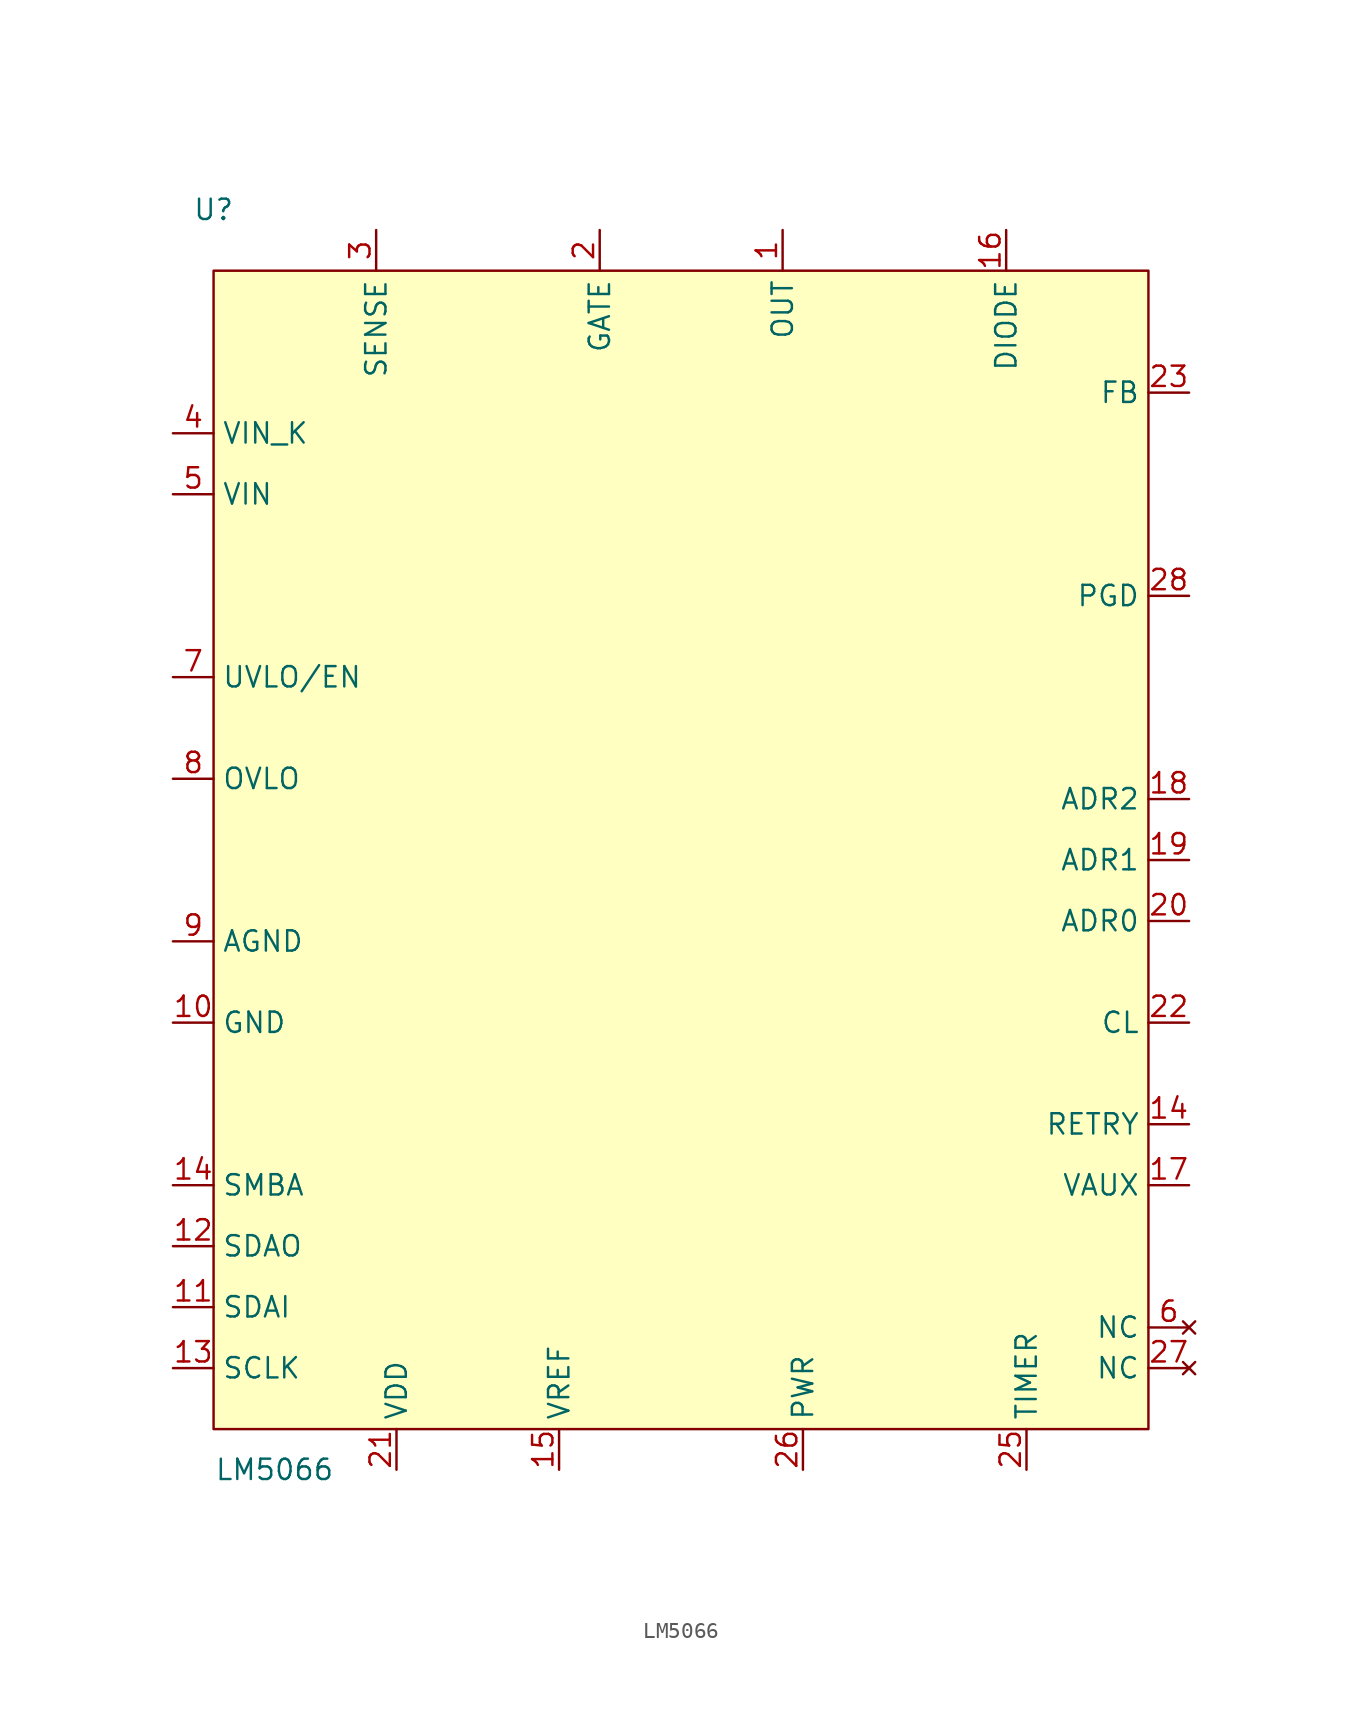
<source format=kicad_sym>
(kicad_symbol_lib
  (version 20220914)
  (generator kicad_symbol_editor)
  (symbol "LM5066"
    (property "Reference" "U"
      (at 0 1.27 0)
      (effects (font (size 1.27 1.27))))
    (property "Value" "LM5066"
      (at 3.81 -77.47 0)
      (effects (font (size 1.27 1.27))))
    (symbol "LM5066_1_1"
      (rectangle (start 0 -2.54) (end 58.42 -74.93) (stroke (width 0) (type default)) (fill (type background)))
      (pin power_out line (at 35.56 0 270) (length 2.54) (name "OUT" (effects (font (size 1.27 1.27)))) (number "1" (effects (font (size 1.27 1.27)))))
      (pin power_in line (at -2.54 -49.53 0) (length 2.54) (name "GND" (effects (font (size 1.27 1.27)))) (number "10" (effects (font (size 1.27 1.27)))))
      (pin input line (at -2.54 -67.31 0) (length 2.54) (name "SDAI" (effects (font (size 1.27 1.27)))) (number "11" (effects (font (size 1.27 1.27)))))
      (pin output line (at -2.54 -63.5 0) (length 2.54) (name "SDAO" (effects (font (size 1.27 1.27)))) (number "12" (effects (font (size 1.27 1.27)))))
      (pin bidirectional line (at -2.54 -71.12 0) (length 2.54) (name "SCLK" (effects (font (size 1.27 1.27)))) (number "13" (effects (font (size 1.27 1.27)))))
      (pin tri_state line (at 60.96 -55.88 180) (length 2.54) (name "RETRY" (effects (font (size 1.27 1.27)))) (number "14" (effects (font (size 1.27 1.27)))))
      (pin output line (at -2.54 -59.69 0) (length 2.54) (name "SMBA" (effects (font (size 1.27 1.27)))) (number "14" (effects (font (size 1.27 1.27)))))
      (pin input line (at 21.59 -77.47 90) (length 2.54) (name "VREF" (effects (font (size 1.27 1.27)))) (number "15" (effects (font (size 1.27 1.27)))))
      (pin output line (at 49.53 0 270) (length 2.54) (name "DIODE" (effects (font (size 1.27 1.27)))) (number "16" (effects (font (size 1.27 1.27)))))
      (pin power_in line (at 60.96 -59.69 180) (length 2.54) (name "VAUX" (effects (font (size 1.27 1.27)))) (number "17" (effects (font (size 1.27 1.27)))))
      (pin tri_state line (at 60.96 -35.56 180) (length 2.54) (name "ADR2" (effects (font (size 1.27 1.27)))) (number "18" (effects (font (size 1.27 1.27)))))
      (pin tri_state line (at 60.96 -39.37 180) (length 2.54) (name "ADR1" (effects (font (size 1.27 1.27)))) (number "19" (effects (font (size 1.27 1.27)))))
      (pin output line (at 24.13 0 270) (length 2.54) (name "GATE" (effects (font (size 1.27 1.27)))) (number "2" (effects (font (size 1.27 1.27)))))
      (pin tri_state line (at 60.96 -43.18 180) (length 2.54) (name "ADR0" (effects (font (size 1.27 1.27)))) (number "20" (effects (font (size 1.27 1.27)))))
      (pin output line (at 11.43 -77.47 90) (length 2.54) (name "VDD" (effects (font (size 1.27 1.27)))) (number "21" (effects (font (size 1.27 1.27)))))
      (pin input line (at 60.96 -49.53 180) (length 2.54) (name "CL" (effects (font (size 1.27 1.27)))) (number "22" (effects (font (size 1.27 1.27)))))
      (pin input line (at 60.96 -10.16 180) (length 2.54) (name "FB" (effects (font (size 1.27 1.27)))) (number "23" (effects (font (size 1.27 1.27)))))
      (pin unspecified line (at 50.8 -77.47 90) (length 2.54) (name "TIMER" (effects (font (size 1.27 1.27)))) (number "25" (effects (font (size 1.27 1.27)))))
      (pin input line (at 36.83 -77.47 90) (length 2.54) (name "PWR" (effects (font (size 1.27 1.27)))) (number "26" (effects (font (size 1.27 1.27)))))
      (pin no_connect line (at 60.96 -71.12 180) (length 2.54) (name "NC" (effects (font (size 1.27 1.27)))) (number "27" (effects (font (size 1.27 1.27)))))
      (pin output line (at 60.96 -22.86 180) (length 2.54) (name "PGD" (effects (font (size 1.27 1.27)))) (number "28" (effects (font (size 1.27 1.27)))))
      (pin input line (at 10.16 0 270) (length 2.54) (name "SENSE" (effects (font (size 1.27 1.27)))) (number "3" (effects (font (size 1.27 1.27)))))
      (pin power_in line (at -2.54 -12.7 0) (length 2.54) (name "VIN_K" (effects (font (size 1.27 1.27)))) (number "4" (effects (font (size 1.27 1.27)))))
      (pin power_in line (at -2.54 -16.51 0) (length 2.54) (name "VIN" (effects (font (size 1.27 1.27)))) (number "5" (effects (font (size 1.27 1.27)))))
      (pin no_connect line (at 60.96 -68.58 180) (length 2.54) (name "NC" (effects (font (size 1.27 1.27)))) (number "6" (effects (font (size 1.27 1.27)))))
      (pin input line (at -2.54 -27.94 0) (length 2.54) (name "UVLO/EN" (effects (font (size 1.27 1.27)))) (number "7" (effects (font (size 1.27 1.27)))))
      (pin input line (at -2.54 -34.29 0) (length 2.54) (name "OVLO" (effects (font (size 1.27 1.27)))) (number "8" (effects (font (size 1.27 1.27)))))
      (pin power_in line (at -2.54 -44.45 0) (length 2.54) (name "AGND" (effects (font (size 1.27 1.27)))) (number "9" (effects (font (size 1.27 1.27))))))))
</source>
